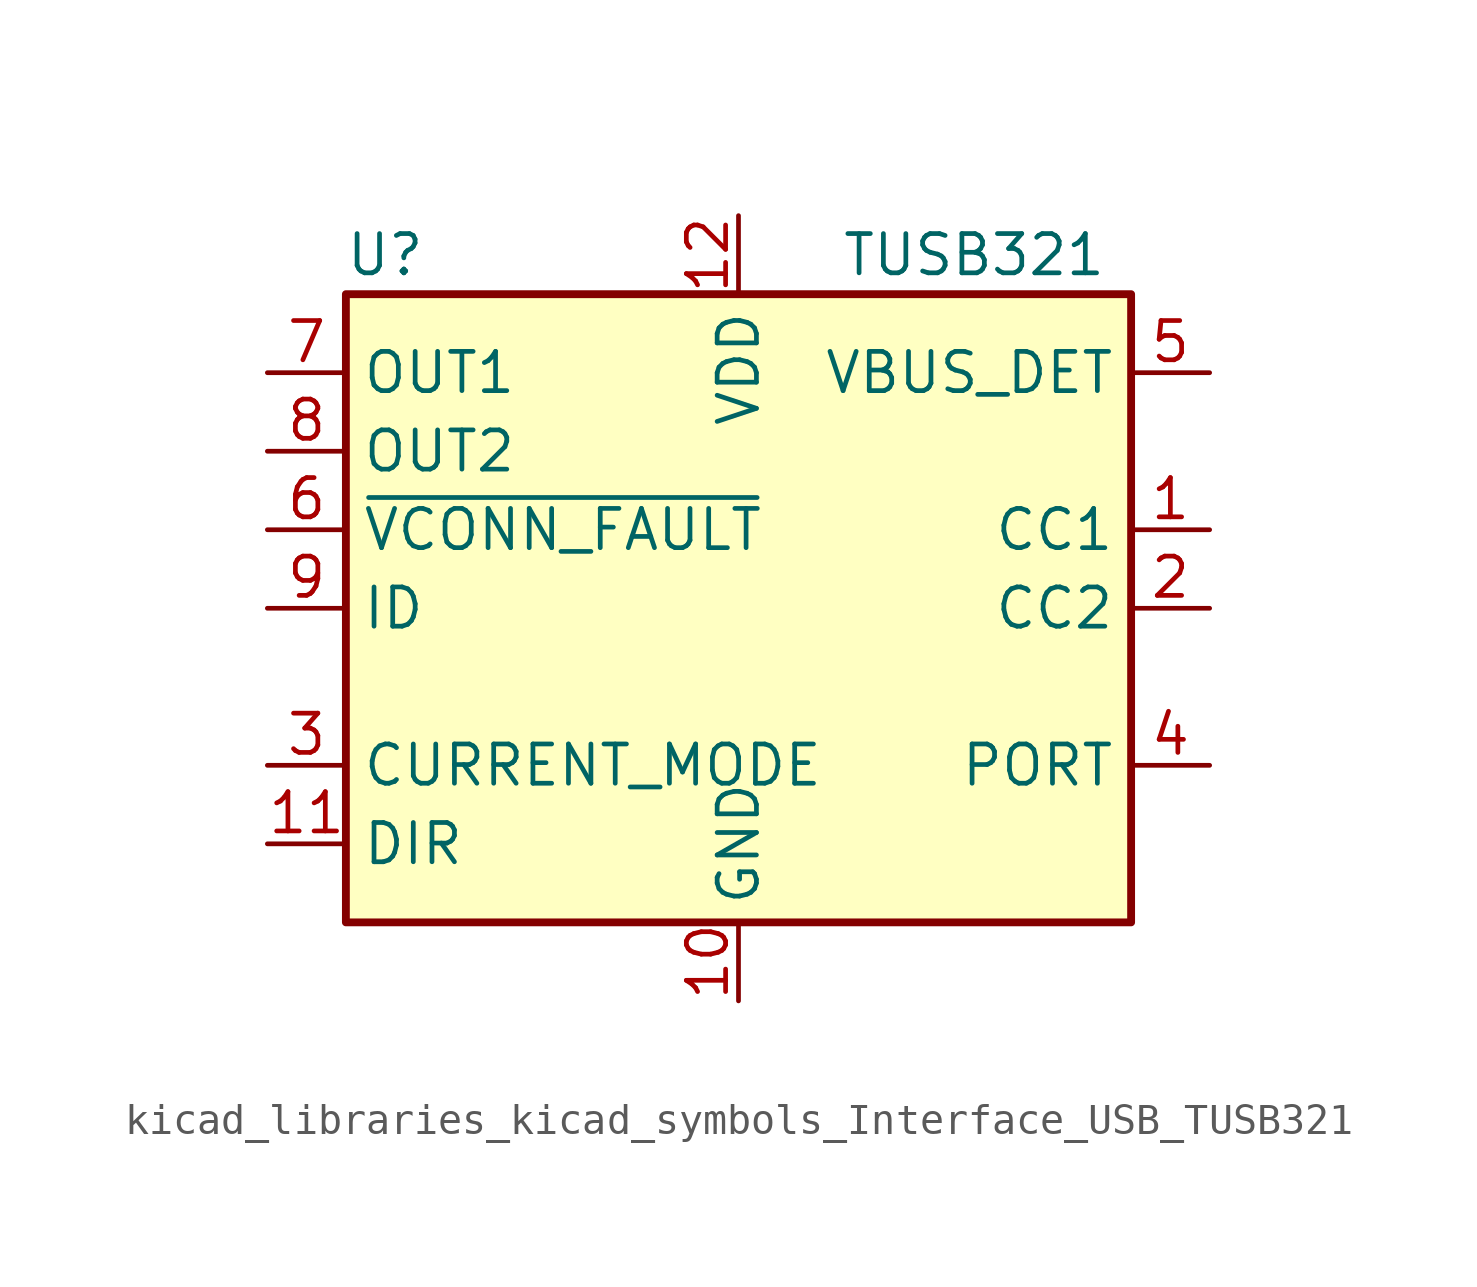
<source format=kicad_sym>
(kicad_symbol_lib
  (version 20220914)
  (generator kicad_symbol_editor)
  (symbol "kicad_libraries_kicad_symbols_Interface_USB_TUSB321"
    (property "Reference" "U"
      (at -11.43 11.43 0)
      (effects (font (size 1.27 1.27))))
    (property "Value" "TUSB321"
      (at 7.62 11.43 0)
      (effects (font (size 1.27 1.27))))
    (symbol "kicad_libraries_kicad_symbols_Interface_USB_TUSB321_1_1"
      (rectangle (start -12.7 10.16) (end 12.7 -10.16) (stroke (width 0.254) (type default)) (fill (type background)))
      (pin bidirectional line (at 15.24 2.54 180) (length 2.54) (name "CC1" (effects (font (size 1.27 1.27)))) (number "1" (effects (font (size 1.27 1.27)))))
      (pin power_in line (at 0 -12.7 90) (length 2.54) (name "GND" (effects (font (size 1.27 1.27)))) (number "10" (effects (font (size 1.27 1.27)))))
      (pin open_collector line (at -15.24 -7.62 0) (length 2.54) (name "DIR" (effects (font (size 1.27 1.27)))) (number "11" (effects (font (size 1.27 1.27)))))
      (pin power_in line (at 0 12.7 270) (length 2.54) (name "VDD" (effects (font (size 1.27 1.27)))) (number "12" (effects (font (size 1.27 1.27)))))
      (pin bidirectional line (at 15.24 0 180) (length 2.54) (name "CC2" (effects (font (size 1.27 1.27)))) (number "2" (effects (font (size 1.27 1.27)))))
      (pin input line (at -15.24 -5.08 0) (length 2.54) (name "CURRENT_MODE" (effects (font (size 1.27 1.27)))) (number "3" (effects (font (size 1.27 1.27)))))
      (pin input line (at 15.24 -5.08 180) (length 2.54) (name "PORT" (effects (font (size 1.27 1.27)))) (number "4" (effects (font (size 1.27 1.27)))))
      (pin input line (at 15.24 7.62 180) (length 2.54) (name "VBUS_DET" (effects (font (size 1.27 1.27)))) (number "5" (effects (font (size 1.27 1.27)))))
      (pin open_collector line (at -15.24 2.54 0) (length 2.54) (name "~{VCONN_FAULT}" (effects (font (size 1.27 1.27)))) (number "6" (effects (font (size 1.27 1.27)))))
      (pin open_collector line (at -15.24 7.62 0) (length 2.54) (name "OUT1" (effects (font (size 1.27 1.27)))) (number "7" (effects (font (size 1.27 1.27)))))
      (pin open_collector line (at -15.24 5.08 0) (length 2.54) (name "OUT2" (effects (font (size 1.27 1.27)))) (number "8" (effects (font (size 1.27 1.27)))))
      (pin open_collector line (at -15.24 0 0) (length 2.54) (name "ID" (effects (font (size 1.27 1.27)))) (number "9" (effects (font (size 1.27 1.27))))))))
</source>
